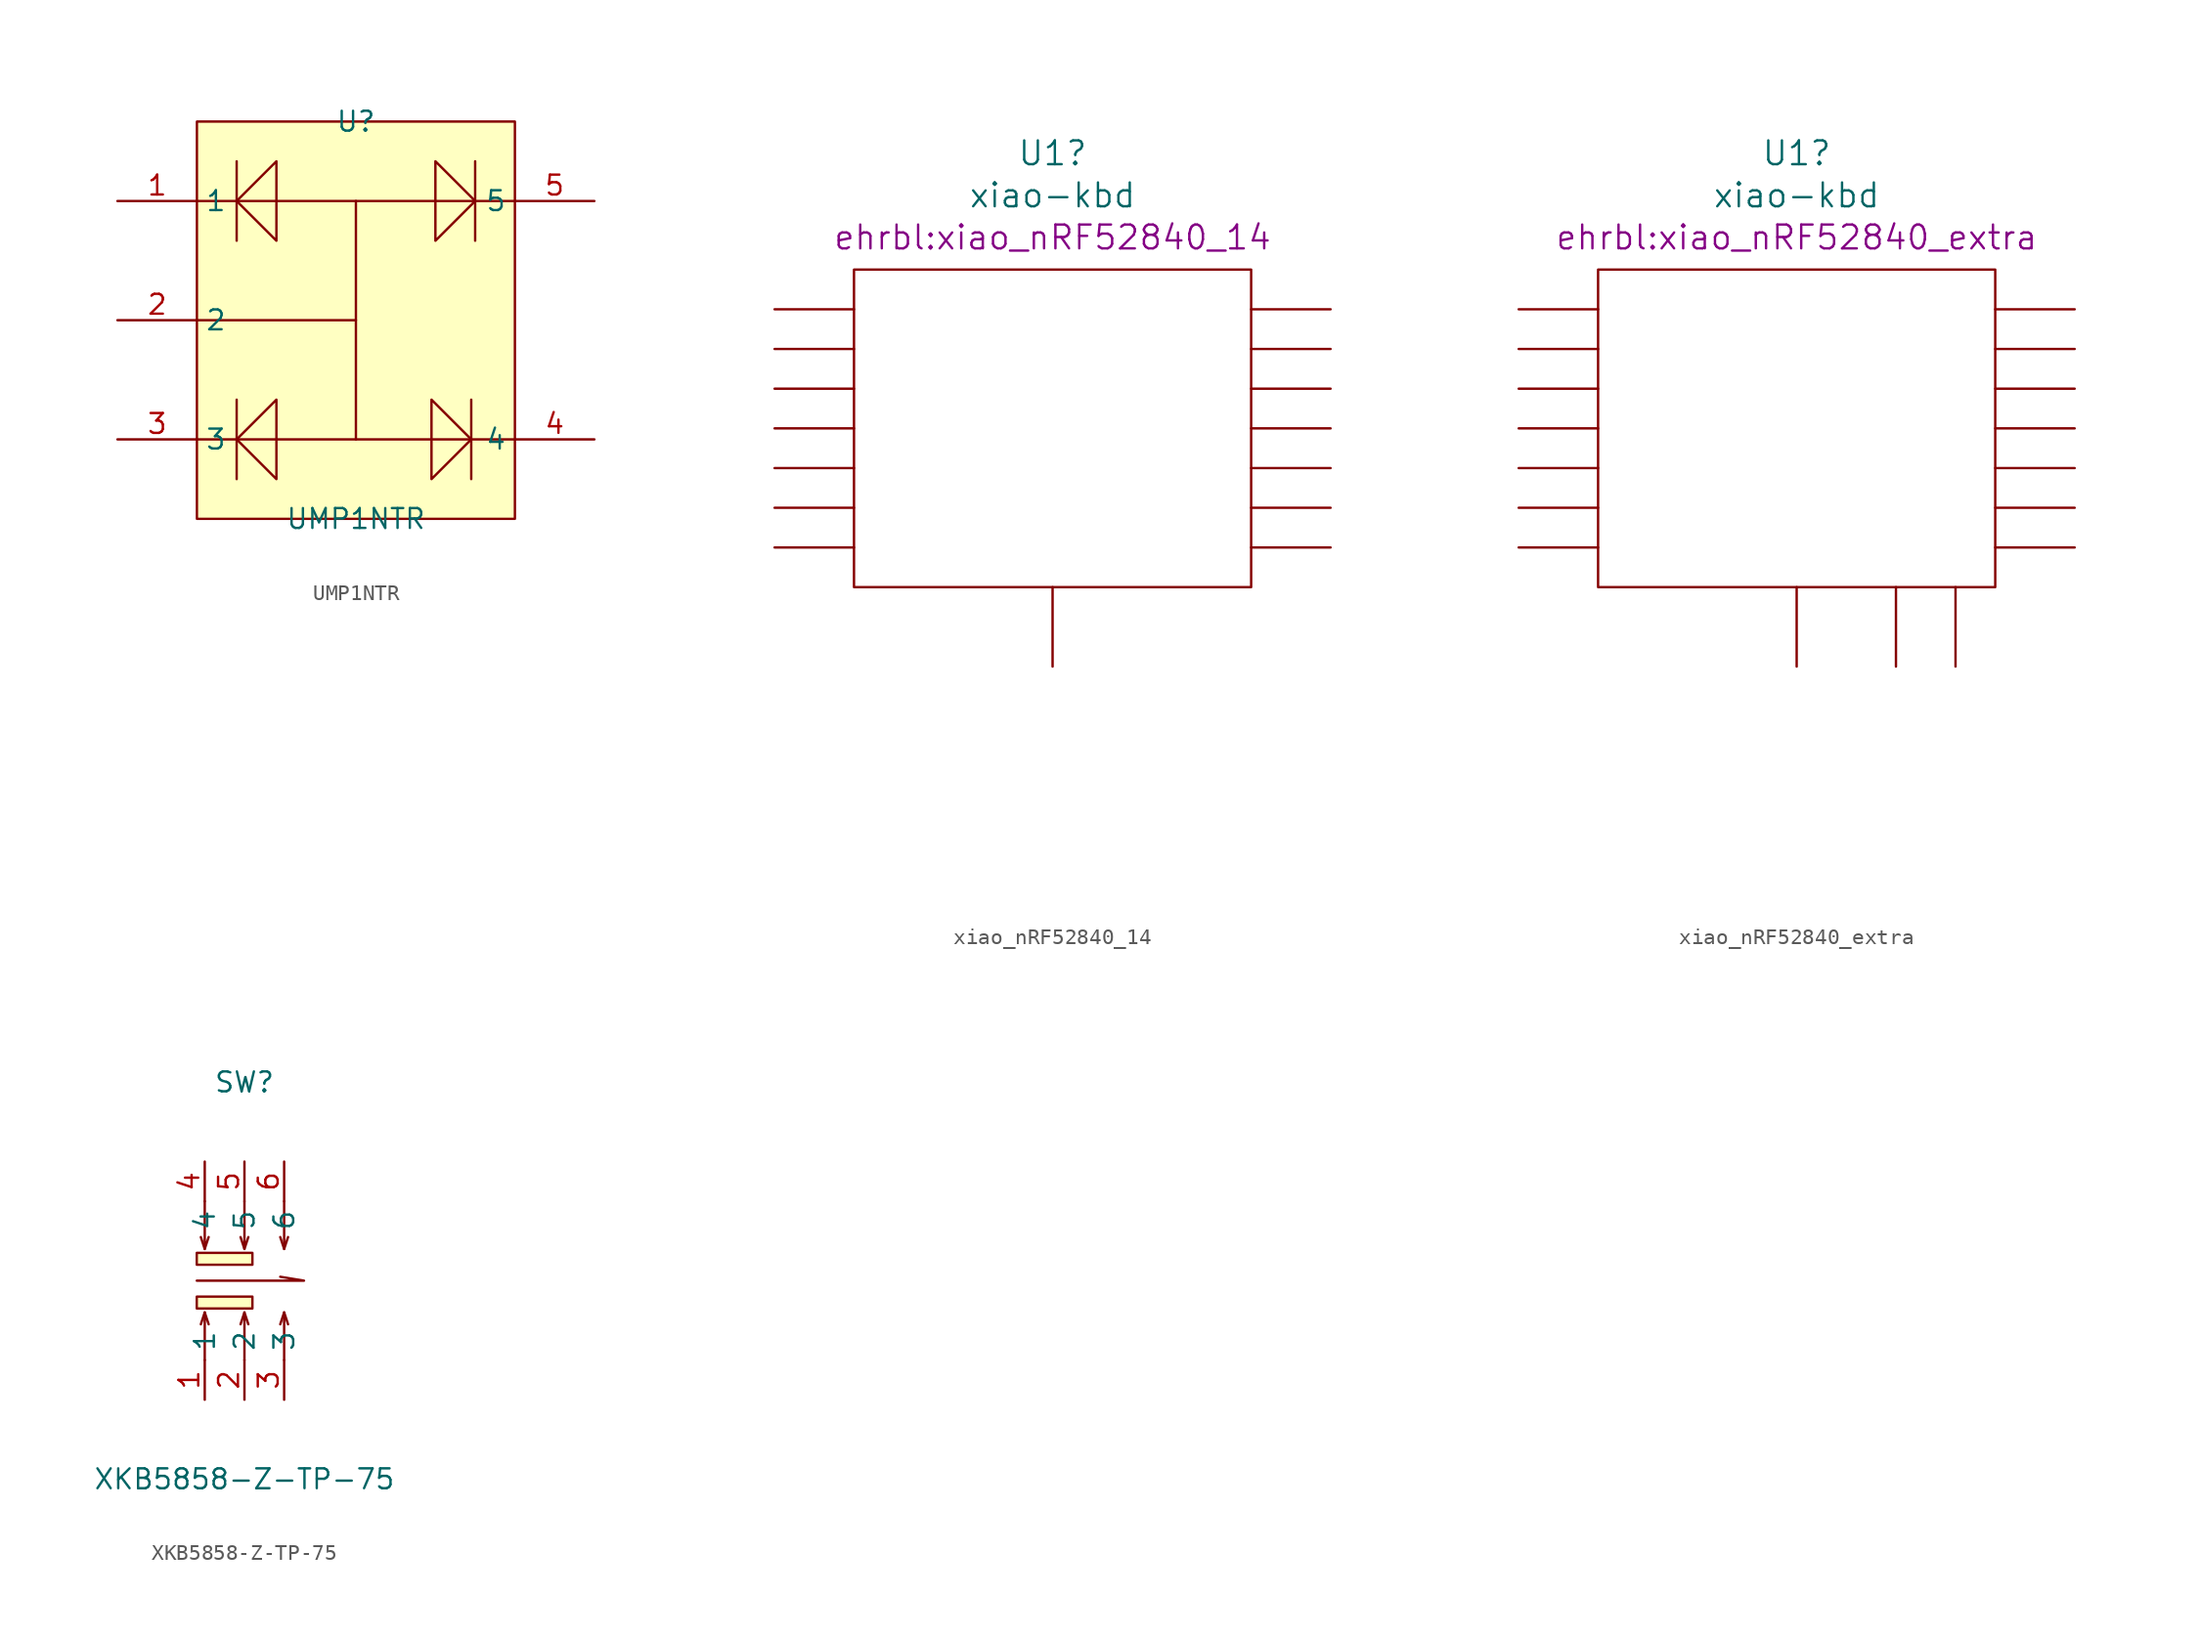
<source format=kicad_sym>
(kicad_symbol_lib
  (version 20231120)
  (generator "kicad_symbol_editor")
  (generator_version "8.0")
  (symbol "UMP1NTR"
    (property "Reference" "U"
      (at 0 12.7 0)
      (effects (font (size 1.27 1.27))))
    (property "Value" "UMP1NTR"
      (at 0 -12.7 0)
      (effects (font (size 1.27 1.27))))
    (symbol "UMP1NTR_0_1"
      (rectangle (start -10.16 12.7) (end 10.16 -12.7) (stroke (width 0) (type default)) (fill (type background)))
      (polyline (pts (xy -10.16 -7.62) (xy 10.16 -7.62)) (stroke (width 0) (type default)) (fill (type none)))
      (polyline (pts (xy -10.16 0) (xy 0 0)) (stroke (width 0) (type default)) (fill (type none)))
      (polyline (pts (xy -10.16 7.62) (xy 10.16 7.62)) (stroke (width 0) (type default)) (fill (type none)))
      (polyline (pts (xy -7.62 -10.16) (xy -7.62 -5.08)) (stroke (width 0) (type default)) (fill (type none)))
      (polyline (pts (xy -7.62 5.08) (xy -7.62 10.16)) (stroke (width 0) (type default)) (fill (type none)))
      (polyline (pts (xy 0 -7.62) (xy 0 7.62)) (stroke (width 0) (type default)) (fill (type none)))
      (polyline (pts (xy 7.37 -5.08) (xy 7.37 -10.16)) (stroke (width 0) (type default)) (fill (type none)))
      (polyline (pts (xy 7.62 10.16) (xy 7.62 5.08)) (stroke (width 0) (type default)) (fill (type none)))
      (polyline (pts (xy -5.08 -5.08) (xy -7.62 -7.62) (xy -5.08 -10.16) (xy -5.08 -5.08)) (stroke (width 0) (type default)) (fill (type background)))
      (polyline (pts (xy -5.08 10.16) (xy -7.62 7.62) (xy -5.08 5.08) (xy -5.08 10.16)) (stroke (width 0) (type default)) (fill (type background)))
      (polyline (pts (xy 4.83 -10.16) (xy 7.37 -7.62) (xy 4.83 -5.08) (xy 4.83 -10.16)) (stroke (width 0) (type default)) (fill (type background)))
      (polyline (pts (xy 5.08 5.08) (xy 7.62 7.62) (xy 5.08 10.16) (xy 5.08 5.08)) (stroke (width 0) (type default)) (fill (type background)))
      (arc (start 0.25 -7.62) (mid 0.25 -7.61) (end 0.25 -7.62) (stroke (width 0) (type default)) (fill (type none)))
      (arc (start 0.25 0) (mid 0.25 0.01) (end 0.25 0) (stroke (width 0) (type default)) (fill (type none)))
      (arc (start 0.25 7.62) (mid 0.25 7.63) (end 0.25 7.62) (stroke (width 0) (type default)) (fill (type none)))
      (pin input line (at -15.24 7.62 0) (length 5.08) (name "1" (effects (font (size 1.27 1.27)))) (number "1" (effects (font (size 1.27 1.27)))))
      (pin input line (at -15.24 0 0) (length 5.08) (name "2" (effects (font (size 1.27 1.27)))) (number "2" (effects (font (size 1.27 1.27)))))
      (pin input line (at -15.24 -7.62 0) (length 5.08) (name "3" (effects (font (size 1.27 1.27)))) (number "3" (effects (font (size 1.27 1.27)))))
      (pin input line (at 15.24 -7.62 180) (length 5.08) (name "4" (effects (font (size 1.27 1.27)))) (number "4" (effects (font (size 1.27 1.27)))))
      (pin input line (at 15.24 7.62 180) (length 5.08) (name "5" (effects (font (size 1.27 1.27)))) (number "5" (effects (font (size 1.27 1.27)))))))
  (symbol "xiao_nRF52840_14"
    (pin_numbers hide)
    (pin_names
      (offset 1.016) hide)
    (property "Reference" "U1"
      (at 0 17.602 0)
      (effects (font (size 1.524 1.524))))
    (property "Value" "xiao-kbd"
      (at 0 14.91 0)
      (effects (font (size 1.524 1.524))))
    (property "Footprint" "ehrbl:xiao_nRF52840_14"
      (at 0 12.217 0)
      (effects (font (size 1.524 1.524))))
    (property "Datasheet" ""
      (at 2.54 -26.67 0)
      (effects (font (size 1.524 1.524))))
    (symbol "xiao_nRF52840_14_0_1"
      (rectangle (start -12.7 10.16) (end 12.7 -10.16) (stroke (width 0) (type default)) (fill (type none))))
    (symbol "xiao_nRF52840_14_1_1"
      (pin bidirectional line (at -17.78 7.62 0) (length 5.08) (name "D0" (effects (font (size 1.27 1.27)))) (number "1" (effects (font (size 1.27 1.27)))))
      (pin bidirectional line (at 17.78 -2.54 180) (length 5.08) (name "D9" (effects (font (size 1.27 1.27)))) (number "10" (effects (font (size 1.27 1.27)))))
      (pin bidirectional line (at 17.78 0 180) (length 5.08) (name "D10" (effects (font (size 1.27 1.27)))) (number "11" (effects (font (size 1.27 1.27)))))
      (pin power_out line (at 17.78 2.54 180) (length 5.08) (name "3v3" (effects (font (size 1.27 1.27)))) (number "12" (effects (font (size 1.27 1.27)))))
      (pin power_out line (at 17.78 5.08 180) (length 5.08) (name "GND" (effects (font (size 1.27 1.27)))) (number "13" (effects (font (size 1.27 1.27)))))
      (pin power_out line (at 17.78 7.62 180) (length 5.08) (name "5v" (effects (font (size 1.27 1.27)))) (number "14" (effects (font (size 1.27 1.27)))))
      (pin passive line (at 0 -15.24 90) (length 5.08) (name "BAT+" (effects (font (size 1.27 1.27)))) (number "15" (effects (font (size 1.27 1.27)))))
      (pin bidirectional line (at -17.78 5.08 0) (length 5.08) (name "D1" (effects (font (size 1.27 1.27)))) (number "2" (effects (font (size 1.27 1.27)))))
      (pin bidirectional line (at -17.78 2.54 0) (length 5.08) (name "D2" (effects (font (size 1.27 1.27)))) (number "3" (effects (font (size 1.27 1.27)))))
      (pin bidirectional line (at -17.78 0 0) (length 5.08) (name "D3" (effects (font (size 1.27 1.27)))) (number "4" (effects (font (size 1.27 1.27)))))
      (pin bidirectional line (at -17.78 -2.54 0) (length 5.08) (name "D4" (effects (font (size 1.27 1.27)))) (number "5" (effects (font (size 1.27 1.27)))))
      (pin bidirectional line (at -17.78 -5.08 0) (length 5.08) (name "D5" (effects (font (size 1.27 1.27)))) (number "6" (effects (font (size 1.27 1.27)))))
      (pin bidirectional line (at -17.78 -7.62 0) (length 5.08) (name "D6" (effects (font (size 1.27 1.27)))) (number "7" (effects (font (size 1.27 1.27)))))
      (pin bidirectional line (at 17.78 -7.62 180) (length 5.08) (name "D7" (effects (font (size 1.27 1.27)))) (number "8" (effects (font (size 1.27 1.27)))))
      (pin bidirectional line (at 17.78 -5.08 180) (length 5.08) (name "D8" (effects (font (size 1.27 1.27)))) (number "9" (effects (font (size 1.27 1.27)))))))
  (symbol "xiao_nRF52840_extra"
    (pin_numbers hide)
    (pin_names
      (offset 1.016) hide)
    (property "Reference" "U1"
      (at 0 17.602 0)
      (effects (font (size 1.524 1.524))))
    (property "Value" "xiao-kbd"
      (at 0 14.91 0)
      (effects (font (size 1.524 1.524))))
    (property "Footprint" "ehrbl:xiao_nRF52840_extra"
      (at 0 12.217 0)
      (effects (font (size 1.524 1.524))))
    (property "Datasheet" ""
      (at 2.54 -26.67 0)
      (effects (font (size 1.524 1.524))))
    (symbol "xiao_nRF52840_extra_0_1"
      (rectangle (start -12.7 10.16) (end 12.7 -10.16) (stroke (width 0) (type default)) (fill (type none))))
    (symbol "xiao_nRF52840_extra_1_1"
      (pin bidirectional line (at -17.78 7.62 0) (length 5.08) (name "D0" (effects (font (size 1.27 1.27)))) (number "1" (effects (font (size 1.27 1.27)))))
      (pin bidirectional line (at 17.78 -2.54 180) (length 5.08) (name "D9" (effects (font (size 1.27 1.27)))) (number "10" (effects (font (size 1.27 1.27)))))
      (pin bidirectional line (at 17.78 0 180) (length 5.08) (name "D9" (effects (font (size 1.27 1.27)))) (number "11" (effects (font (size 1.27 1.27)))))
      (pin power_out line (at 17.78 2.54 180) (length 5.08) (name "3v3" (effects (font (size 1.27 1.27)))) (number "12" (effects (font (size 1.27 1.27)))))
      (pin power_out line (at 17.78 5.08 180) (length 5.08) (name "GND" (effects (font (size 1.27 1.27)))) (number "13" (effects (font (size 1.27 1.27)))))
      (pin power_out line (at 17.78 7.62 180) (length 5.08) (name "5v" (effects (font (size 1.27 1.27)))) (number "14" (effects (font (size 1.27 1.27)))))
      (pin passive line (at 0 -15.24 90) (length 5.08) (name "BAT+" (effects (font (size 1.27 1.27)))) (number "15" (effects (font (size 1.27 1.27)))))
      (pin passive line (at 6.35 -15.24 90) (length 5.08) (name "NFC1" (effects (font (size 1.27 1.27)))) (number "16" (effects (font (size 1.27 1.27)))))
      (pin passive line (at -11.43 7.62 180) (length 1.27) hide (name "hole" (effects (font (size 1.27 1.27)))) (number "16" (effects (font (size 1.27 1.27)))))
      (pin passive line (at 10.16 -15.24 90) (length 5.08) (name "NFC2" (effects (font (size 1.27 1.27)))) (number "17" (effects (font (size 1.27 1.27)))))
      (pin passive line (at -11.43 5.08 180) (length 1.27) hide (name "hole" (effects (font (size 1.27 1.27)))) (number "17" (effects (font (size 1.27 1.27)))))
      (pin passive line (at -11.43 2.54 180) (length 1.27) hide (name "hole" (effects (font (size 1.27 1.27)))) (number "18" (effects (font (size 1.27 1.27)))))
      (pin passive line (at -11.43 0 180) (length 1.27) hide (name "hole" (effects (font (size 1.27 1.27)))) (number "19" (effects (font (size 1.27 1.27)))))
      (pin bidirectional line (at -17.78 5.08 0) (length 5.08) (name "D1" (effects (font (size 1.27 1.27)))) (number "2" (effects (font (size 1.27 1.27)))))
      (pin passive line (at -11.43 -2.54 180) (length 1.27) hide (name "hole" (effects (font (size 1.27 1.27)))) (number "20" (effects (font (size 1.27 1.27)))))
      (pin passive line (at -11.43 -5.08 180) (length 1.27) hide (name "hole" (effects (font (size 1.27 1.27)))) (number "21" (effects (font (size 1.27 1.27)))))
      (pin passive line (at -11.43 -7.62 180) (length 1.27) hide (name "hole" (effects (font (size 1.27 1.27)))) (number "22" (effects (font (size 1.27 1.27)))))
      (pin passive line (at 11.43 -7.62 0) (length 1.27) hide (name "hole" (effects (font (size 1.27 1.27)))) (number "23" (effects (font (size 1.27 1.27)))))
      (pin passive line (at 11.43 -5.08 0) (length 1.27) hide (name "hole" (effects (font (size 1.27 1.27)))) (number "24" (effects (font (size 1.27 1.27)))))
      (pin passive line (at 11.43 -2.54 0) (length 1.27) hide (name "hole" (effects (font (size 1.27 1.27)))) (number "25" (effects (font (size 1.27 1.27)))))
      (pin passive line (at 11.43 0 0) (length 1.27) hide (name "hole" (effects (font (size 1.27 1.27)))) (number "26" (effects (font (size 1.27 1.27)))))
      (pin passive line (at 11.43 2.54 0) (length 1.27) hide (name "hole" (effects (font (size 1.27 1.27)))) (number "27" (effects (font (size 1.27 1.27)))))
      (pin passive line (at 11.43 5.08 0) (length 1.27) hide (name "hole" (effects (font (size 1.27 1.27)))) (number "28" (effects (font (size 1.27 1.27)))))
      (pin passive line (at 11.43 7.62 0) (length 1.27) hide (name "hole" (effects (font (size 1.27 1.27)))) (number "29" (effects (font (size 1.27 1.27)))))
      (pin bidirectional line (at -17.78 2.54 0) (length 5.08) (name "D2" (effects (font (size 1.27 1.27)))) (number "3" (effects (font (size 1.27 1.27)))))
      (pin bidirectional line (at -17.78 0 0) (length 5.08) (name "D2" (effects (font (size 1.27 1.27)))) (number "4" (effects (font (size 1.27 1.27)))))
      (pin bidirectional line (at -17.78 -2.54 0) (length 5.08) (name "D4" (effects (font (size 1.27 1.27)))) (number "5" (effects (font (size 1.27 1.27)))))
      (pin bidirectional line (at -17.78 -5.08 0) (length 5.08) (name "D5" (effects (font (size 1.27 1.27)))) (number "6" (effects (font (size 1.27 1.27)))))
      (pin bidirectional line (at -17.78 -7.62 0) (length 5.08) (name "D6" (effects (font (size 1.27 1.27)))) (number "7" (effects (font (size 1.27 1.27)))))
      (pin bidirectional line (at 17.78 -7.62 180) (length 5.08) (name "D7" (effects (font (size 1.27 1.27)))) (number "8" (effects (font (size 1.27 1.27)))))
      (pin bidirectional line (at 17.78 -5.08 180) (length 5.08) (name "D8" (effects (font (size 1.27 1.27)))) (number "9" (effects (font (size 1.27 1.27)))))))
  (symbol "XKB5858-Z-TP-75"
    (property "Reference" "SW"
      (at 0 12.7 0)
      (effects (font (size 1.27 1.27))))
    (property "Value" "XKB5858-Z-TP-75"
      (at 0 -12.7 0)
      (effects (font (size 1.27 1.27))))
    (symbol "XKB5858-Z-TP-75_0_1"
      (rectangle (start -3.05 -1.02) (end 0.51 -1.78) (stroke (width 0) (type default)) (fill (type background)))
      (rectangle (start -3.05 1.78) (end 0.51 1.02) (stroke (width 0) (type default)) (fill (type background)))
      (polyline (pts (xy -2.54 -2.03) (xy -2.79 -2.79)) (stroke (width 0) (type default)) (fill (type none)))
      (polyline (pts (xy -2.54 2.03) (xy -2.79 2.79)) (stroke (width 0) (type default)) (fill (type none)))
      (polyline (pts (xy 0 -2.03) (xy -0.25 -2.79)) (stroke (width 0) (type default)) (fill (type none)))
      (polyline (pts (xy 0 2.03) (xy -0.25 2.79)) (stroke (width 0) (type default)) (fill (type none)))
      (polyline (pts (xy 2.54 -2.03) (xy 2.29 -2.79)) (stroke (width 0) (type default)) (fill (type none)))
      (polyline (pts (xy 2.54 2.03) (xy 2.29 2.79)) (stroke (width 0) (type default)) (fill (type none)))
      (polyline (pts (xy -3.05 0) (xy 3.81 0) (xy 2.29 0.25)) (stroke (width 0) (type default)) (fill (type none)))
      (polyline (pts (xy -2.54 -5.08) (xy -2.54 -2.03) (xy -2.29 -2.79)) (stroke (width 0) (type default)) (fill (type none)))
      (polyline (pts (xy -2.54 5.08) (xy -2.54 2.03) (xy -2.29 2.79)) (stroke (width 0) (type default)) (fill (type none)))
      (polyline (pts (xy 0 -5.08) (xy 0 -2.03) (xy 0.25 -2.79)) (stroke (width 0) (type default)) (fill (type none)))
      (polyline (pts (xy 0 5.08) (xy 0 2.03) (xy 0.25 2.79)) (stroke (width 0) (type default)) (fill (type none)))
      (polyline (pts (xy 2.54 -5.08) (xy 2.54 -2.03) (xy 2.79 -2.79)) (stroke (width 0) (type default)) (fill (type none)))
      (polyline (pts (xy 2.54 5.08) (xy 2.54 2.03) (xy 2.79 2.79)) (stroke (width 0) (type default)) (fill (type none)))
      (pin unspecified line (at -2.54 -7.62 90) (length 2.54) (name "1" (effects (font (size 1.27 1.27)))) (number "1" (effects (font (size 1.27 1.27)))))
      (pin unspecified line (at 0 -7.62 90) (length 2.54) (name "2" (effects (font (size 1.27 1.27)))) (number "2" (effects (font (size 1.27 1.27)))))
      (pin unspecified line (at 2.54 -7.62 90) (length 2.54) (name "3" (effects (font (size 1.27 1.27)))) (number "3" (effects (font (size 1.27 1.27)))))
      (pin unspecified line (at -2.54 7.62 270) (length 2.54) (name "4" (effects (font (size 1.27 1.27)))) (number "4" (effects (font (size 1.27 1.27)))))
      (pin unspecified line (at 0 7.62 270) (length 2.54) (name "5" (effects (font (size 1.27 1.27)))) (number "5" (effects (font (size 1.27 1.27)))))
      (pin unspecified line (at 2.54 7.62 270) (length 2.54) (name "6" (effects (font (size 1.27 1.27)))) (number "6" (effects (font (size 1.27 1.27))))))))
</source>
